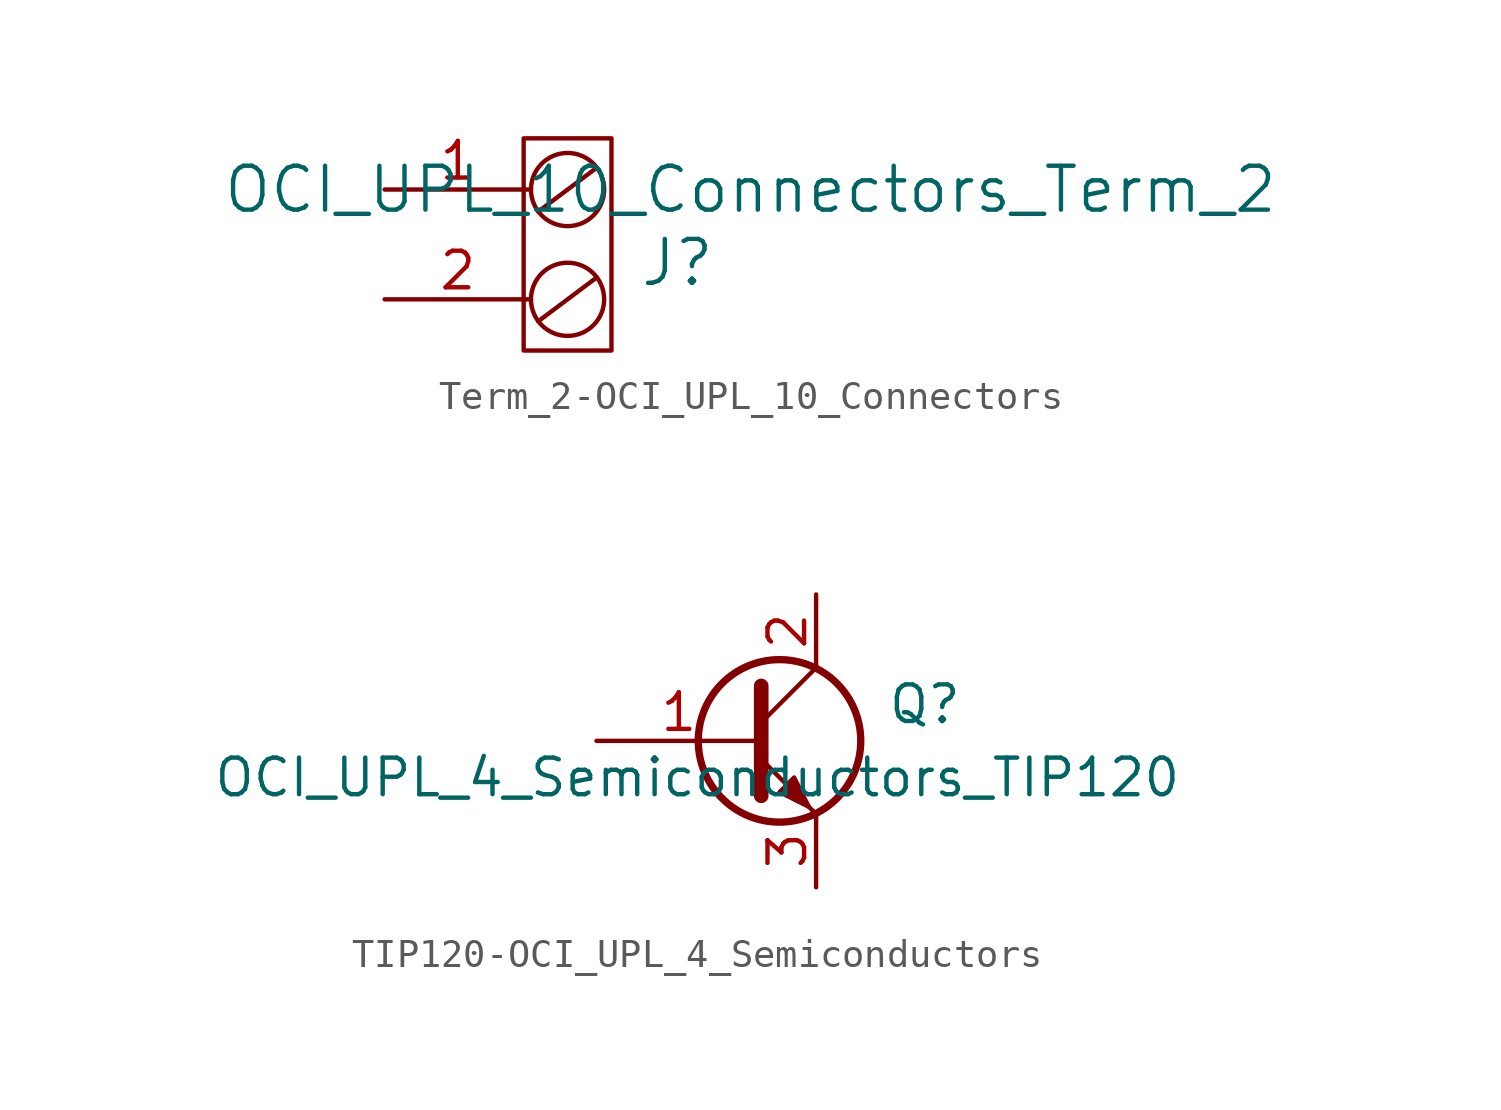
<source format=kicad_sym>
(kicad_symbol_lib
  (version 20231120)
  (generator "kicad_symbol_editor")
  (generator_version "8.0")
  (symbol "Term_2-OCI_UPL_10_Connectors"
    (pin_names
      (offset 1.016))
    (property "Reference" "J"
      (at 3.81 1.27 0)
      (effects (font (size 1.524 1.524))))
    (property "Value" "OCI_UPL_10_Connectors_Term_2"
      (at 6.35 3.81 0)
      (effects (font (size 1.524 1.524))))
    (symbol "Term_2-OCI_UPL_10_Connectors_0_1"
      (rectangle (start -1.524 5.588) (end 1.524 -1.778) (stroke (width 0) (type solid)) (fill (type none)))
      (polyline (pts (xy -1.016 -0.762) (xy 1.016 0.762)) (stroke (width 0) (type solid)) (fill (type none)))
      (polyline (pts (xy -1.016 3.048) (xy 1.016 4.572)) (stroke (width 0) (type solid)) (fill (type none)))
      (circle (center 0 0) (radius 1.27) (stroke (width 0) (type solid)) (fill (type none)))
      (circle (center 0 3.81) (radius 1.27) (stroke (width 0) (type solid)) (fill (type none))))
    (symbol "Term_2-OCI_UPL_10_Connectors_1_1"
      (pin input line (at -6.35 3.81 0) (length 5.08) (name "~" (effects (font (size 1.27 1.27)))) (number "1" (effects (font (size 1.27 1.27)))))
      (pin input line (at -6.35 0 0) (length 5.08) (name "~" (effects (font (size 1.27 1.27)))) (number "2" (effects (font (size 1.27 1.27)))))))
  (symbol "TIP120-OCI_UPL_4_Semiconductors"
    (pin_names
      (offset 0) hide)
    (property "Reference" "Q"
      (at 7.62 1.27 0)
      (effects (font (size 1.27 1.27)) (justify right)))
    (property "Value" "OCI_UPL_4_Semiconductors_TIP120"
      (at 15.24 -1.27 0)
      (effects (font (size 1.27 1.27)) (justify right)))
    (symbol "TIP120-OCI_UPL_4_Semiconductors_0_1"
      (polyline (pts (xy 0.635 0.635) (xy 2.54 2.54)) (stroke (width 0) (type solid)) (fill (type none)))
      (polyline (pts (xy 0.635 -0.635) (xy 2.54 -2.54) (xy 2.54 -2.54)) (stroke (width 0) (type solid)) (fill (type none)))
      (polyline (pts (xy 0.635 1.905) (xy 0.635 -1.905) (xy 0.635 -1.905)) (stroke (width 0.508) (type solid)) (fill (type none)))
      (polyline (pts (xy 1.27 -1.778) (xy 1.778 -1.27) (xy 2.286 -2.286) (xy 1.27 -1.778) (xy 1.27 -1.778)) (stroke (width 0) (type solid)) (fill (type outline)))
      (circle (center 1.27 0) (radius 2.819) (stroke (width 0.254) (type solid)) (fill (type none))))
    (symbol "TIP120-OCI_UPL_4_Semiconductors_1_1"
      (pin input line (at -5.08 0 0) (length 5.715) (name "B" (effects (font (size 1.27 1.27)))) (number "1" (effects (font (size 1.27 1.27)))))
      (pin passive line (at 2.54 5.08 270) (length 2.54) (name "C" (effects (font (size 1.27 1.27)))) (number "2" (effects (font (size 1.27 1.27)))))
      (pin passive line (at 2.54 -5.08 90) (length 2.54) (name "E" (effects (font (size 1.27 1.27)))) (number "3" (effects (font (size 1.27 1.27))))))))
</source>
